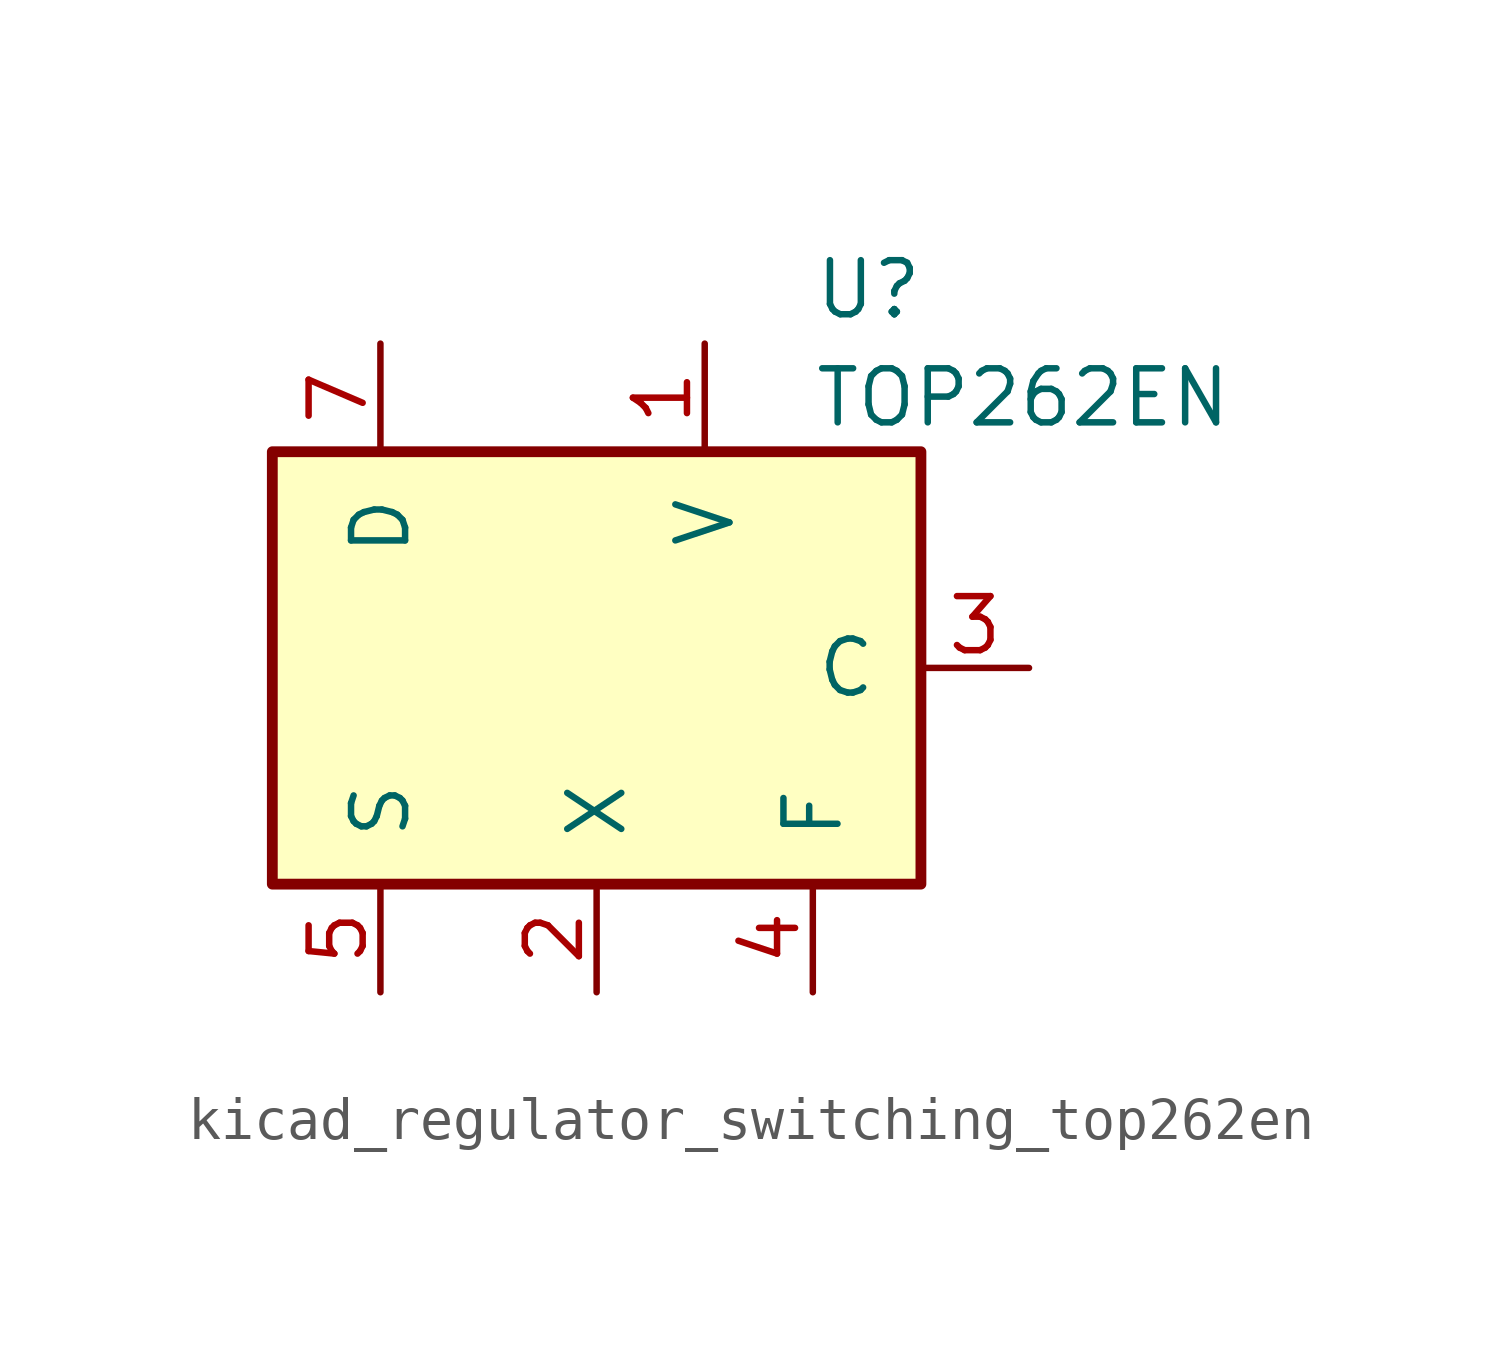
<source format=kicad_sym>
(kicad_symbol_lib
  (version 20220914)
  (generator kicad_symbol_editor)
  (symbol "kicad_regulator_switching_top262en"
    (pin_names
      (offset 1.016))
    (property "Reference" "U"
      (at 5.08 8.89 0)
      (effects (font (size 1.27 1.27)) (justify left)))
    (property "Value" "TOP262EN"
      (at 5.08 6.35 0)
      (effects (font (size 1.27 1.27)) (justify left)))
    (symbol "kicad_regulator_switching_top262en_0_1"
      (rectangle (start -7.62 5.08) (end 7.62 -5.08) (stroke (width 0.254) (type default)) (fill (type background))))
    (symbol "kicad_regulator_switching_top262en_1_1"
      (pin input line (at 2.54 7.62 270) (length 2.54) (name "V" (effects (font (size 1.27 1.27)))) (number "1" (effects (font (size 1.27 1.27)))))
      (pin input line (at 0 -7.62 90) (length 2.54) (name "X" (effects (font (size 1.27 1.27)))) (number "2" (effects (font (size 1.27 1.27)))))
      (pin input line (at 10.16 0 180) (length 2.54) (name "C" (effects (font (size 1.27 1.27)))) (number "3" (effects (font (size 1.27 1.27)))))
      (pin passive line (at 5.08 -7.62 90) (length 2.54) (name "F" (effects (font (size 1.27 1.27)))) (number "4" (effects (font (size 1.27 1.27)))))
      (pin power_in line (at -5.08 -7.62 90) (length 2.54) (name "S" (effects (font (size 1.27 1.27)))) (number "5" (effects (font (size 1.27 1.27)))))
      (pin open_collector line (at -5.08 7.62 270) (length 2.54) (name "D" (effects (font (size 1.27 1.27)))) (number "7" (effects (font (size 1.27 1.27))))))))
</source>
